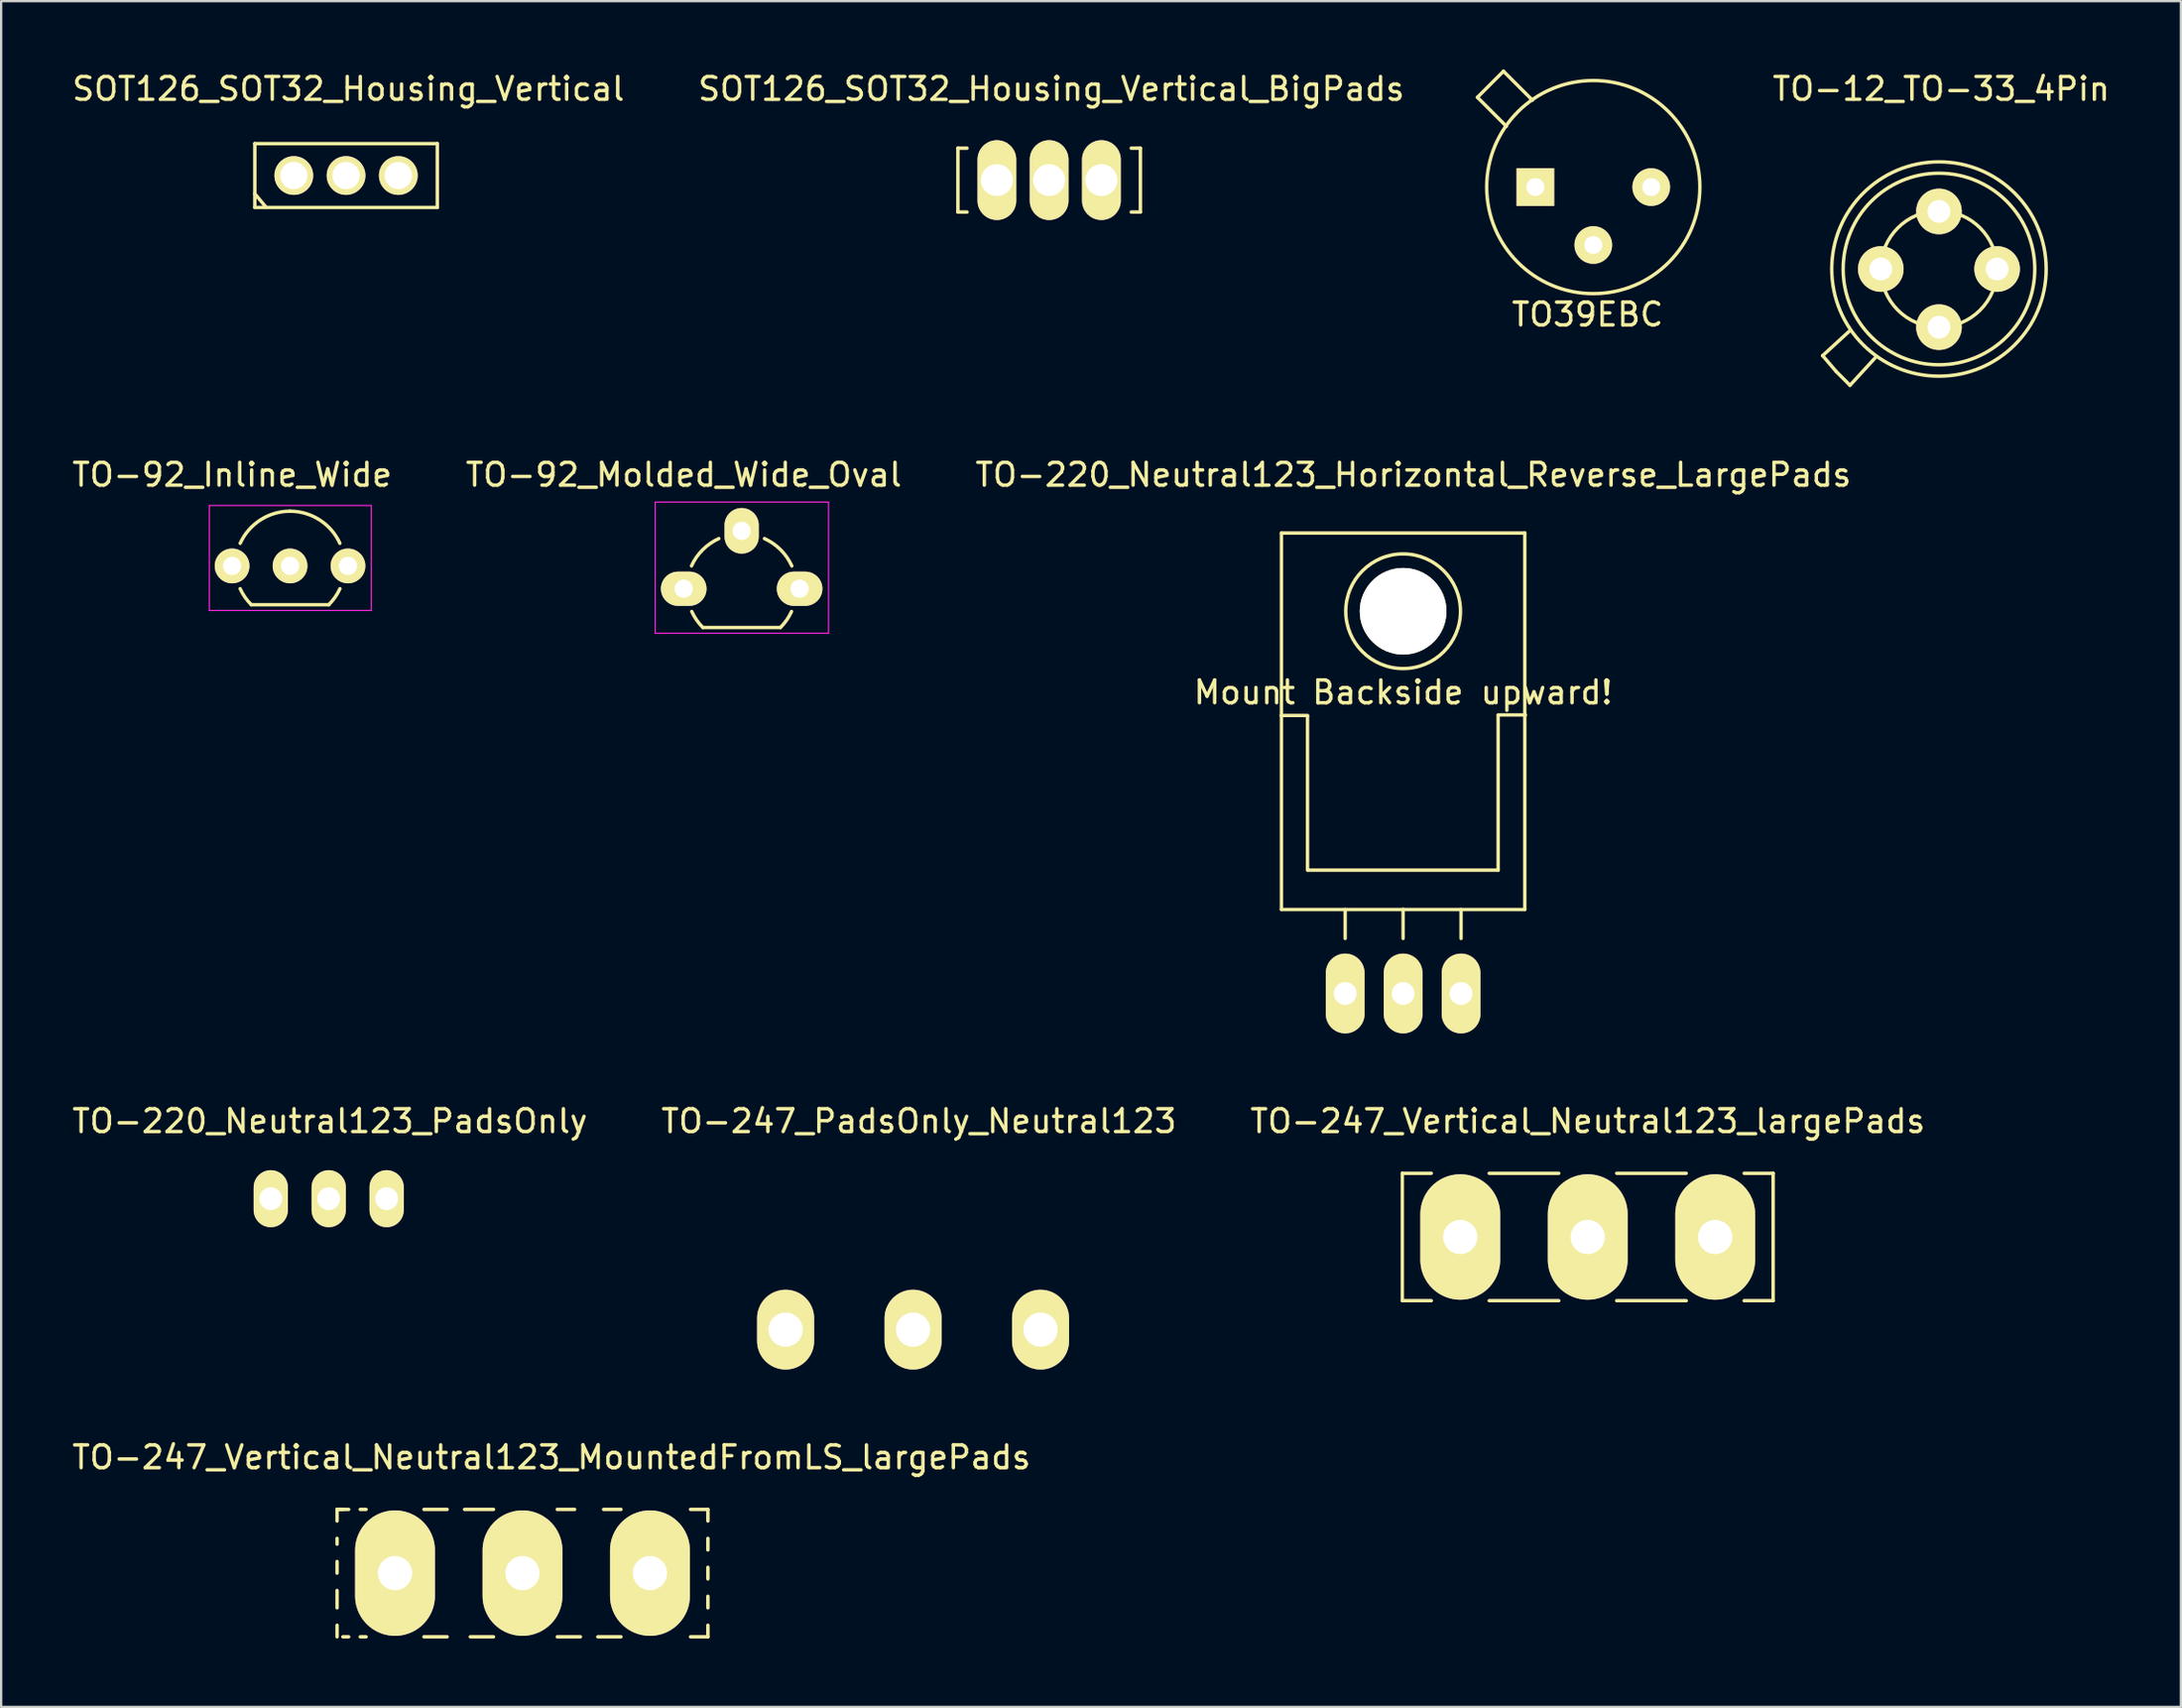
<source format=kicad_pcb>
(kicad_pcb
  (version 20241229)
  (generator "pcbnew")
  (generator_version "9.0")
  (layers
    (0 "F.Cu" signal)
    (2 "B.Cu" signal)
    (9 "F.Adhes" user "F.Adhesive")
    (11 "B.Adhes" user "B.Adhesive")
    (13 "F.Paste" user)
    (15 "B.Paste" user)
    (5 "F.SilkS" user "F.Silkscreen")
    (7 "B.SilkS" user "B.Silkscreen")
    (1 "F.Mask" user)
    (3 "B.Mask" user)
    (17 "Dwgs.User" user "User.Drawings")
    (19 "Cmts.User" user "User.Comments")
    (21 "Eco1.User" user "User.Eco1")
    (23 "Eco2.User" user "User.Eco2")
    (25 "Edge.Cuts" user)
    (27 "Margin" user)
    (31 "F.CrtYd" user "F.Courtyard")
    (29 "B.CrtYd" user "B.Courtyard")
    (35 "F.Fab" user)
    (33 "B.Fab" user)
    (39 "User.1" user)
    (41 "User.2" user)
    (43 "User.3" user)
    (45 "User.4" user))
  (footprint "SOT126_SOT32_Housing_Vertical_BigPads"
    (layer "F.Cu")
    (at 42.943 4.849)
    (property "Reference" "SOT126_SOT32_Housing_Vertical_BigPads" (at 0.099 -4 0) (layer "F.SilkS") (effects (font (size 1 1) (thickness 0.15))))
    (attr through_hole)
    (fp_line (start -4 -1.4) (end -4 1.4) (stroke (width 0.15) (type solid)) (layer "F.SilkS"))
    (fp_line (start -4 -1.4) (end -3.599 -1.4) (stroke (width 0.15) (type solid)) (layer "F.SilkS"))
    (fp_line (start -4 1.4) (end -3.599 1.4) (stroke (width 0.15) (type solid)) (layer "F.SilkS"))
    (fp_line (start 4 -1.4) (end 3.599 -1.4) (stroke (width 0.15) (type solid)) (layer "F.SilkS"))
    (fp_line (start 4 -1.4) (end 4 1.4) (stroke (width 0.15) (type solid)) (layer "F.SilkS"))
    (fp_line (start 4 1.4) (end 3.599 1.4) (stroke (width 0.15) (type solid)) (layer "F.SilkS"))
    (pad "1" thru_hole oval (at -2.291 0) (size 1.699 3.5) (drill 1.4) (layers "*.Cu" "*.Mask" "F.SilkS"))
    (pad "2" thru_hole oval (at 0 0) (size 1.699 3.5) (drill 1.4) (layers "*.Cu" "*.Mask" "F.SilkS"))
    (pad "3" thru_hole oval (at 2.291 0) (size 1.699 3.5) (drill 1.4) (layers "*.Cu" "*.Mask" "F.SilkS")))
  (footprint "TO-220_Neutral123_PadsOnly"
    (layer "F.Cu")
    (at 11.36 49.522)
    (property "Reference" "TO-220_Neutral123_PadsOnly" (at 0.051 -3.401 0) (layer "F.SilkS") (effects (font (size 1 1) (thickness 0.15))))
    (attr through_hole)
    (pad "1" thru_hole oval (at -2.54 0 90) (size 2.499 1.501) (drill 1.001) (layers "*.Cu" "*.Mask" "F.SilkS"))
    (pad "2" thru_hole oval (at 0 0 90) (size 2.499 1.501) (drill 1.001) (layers "*.Cu" "*.Mask" "F.SilkS"))
    (pad "3" thru_hole oval (at 2.54 0 90) (size 2.499 1.501) (drill 1.001) (layers "*.Cu" "*.Mask" "F.SilkS")))
  (footprint "TO-12_TO-33_4Pin"
    (layer "F.Cu")
    (at 81.952 8.748)
    (property "Reference" "TO-12_TO-33_4Pin" (at 0.1 -7.9 0) (layer "F.SilkS") (effects (font (size 1 1) (thickness 0.15))))
    (attr through_hole)
    (fp_line (start -5.1 3.8) (end -3.9 2.7) (stroke (width 0.15) (type solid)) (layer "F.SilkS"))
    (fp_line (start -4.5 4.5) (end -5.1 3.8) (stroke (width 0.15) (type solid)) (layer "F.SilkS"))
    (fp_line (start -4.5 4.5) (end -3.9 5.1) (stroke (width 0.15) (type solid)) (layer "F.SilkS"))
    (fp_line (start -3.9 5.1) (end -2.8 3.9) (stroke (width 0.15) (type solid)) (layer "F.SilkS"))
    (fp_circle (center 0 0) (end 2.55 0) (stroke (width 0.15) (type solid)) (fill no) (layer "F.SilkS"))
    (fp_circle (center 0 0) (end 4.2 0) (stroke (width 0.15) (type solid)) (fill no) (layer "F.SilkS"))
    (fp_circle (center 0 0) (end 4.7 0) (stroke (width 0.15) (type solid)) (fill no) (layer "F.SilkS"))
    (pad "1" thru_hole circle (at -2.55 0) (size 2 2) (drill 1) (layers "*.Cu" "*.Mask" "F.SilkS"))
    (pad "2" thru_hole circle (at 0 -2.525) (size 2 2) (drill 1) (layers "*.Cu" "*.Mask" "F.SilkS"))
    (pad "3" thru_hole circle (at 2.55 0) (size 2 2) (drill 1) (layers "*.Cu" "*.Mask" "F.SilkS"))
    (pad "4" thru_hole circle (at 0 2.55) (size 2 2) (drill 1) (layers "*.Cu" "*.Mask" "F.SilkS")))
  (footprint "TO-92_Molded_Wide_Oval"
    (layer "F.Cu")
    (at 26.923 22.771)
    (property "Reference" "TO-92_Molded_Wide_Oval" (at 0 -5 0) (layer "F.SilkS") (effects (font (size 1 1) (thickness 0.15))))
    (attr through_hole)
    (fp_line (start 0.84 1.7) (end 4.24 1.7) (stroke (width 0.15) (type solid)) (layer "F.SilkS"))
    (fp_arc (start 0.34 -1) (mid 0.831199 -1.708801) (end 1.54 -2.2) (stroke (width 0.15) (type solid)) (layer "F.SilkS"))
    (fp_arc (start 0.84 1.7) (mid 0.564627 1.370365) (end 0.352305 0.99699) (stroke (width 0.15) (type solid)) (layer "F.SilkS"))
    (fp_arc (start 3.54 -2.2) (mid 4.248801 -1.708801) (end 4.74 -1) (stroke (width 0.15) (type solid)) (layer "F.SilkS"))
    (fp_arc (start 4.727695 0.99699) (mid 4.515373 1.370365) (end 4.24 1.7) (stroke (width 0.15) (type solid)) (layer "F.SilkS"))
    (fp_line (start -1.25 -3.8) (end 6.35 -3.8) (stroke (width 0.05) (type solid)) (layer "F.CrtYd"))
    (fp_line (start -1.25 1.95) (end -1.25 -3.8) (stroke (width 0.05) (type solid)) (layer "F.CrtYd"))
    (fp_line (start -1.25 1.95) (end 6.35 1.95) (stroke (width 0.05) (type solid)) (layer "F.CrtYd"))
    (fp_line (start 6.35 1.95) (end 6.35 -3.8) (stroke (width 0.05) (type solid)) (layer "F.CrtYd"))
    (pad "1" thru_hole oval (at 0 0 90) (size 1.501 1.999) (drill 0.8) (layers "*.Cu" "*.Mask" "F.SilkS"))
    (pad "2" thru_hole oval (at 2.54 -2.54 90) (size 1.999 1.501) (drill 0.8) (layers "*.Cu" "*.Mask" "F.SilkS"))
    (pad "3" thru_hole oval (at 5.08 0 90) (size 1.501 1.999) (drill 0.8) (layers "*.Cu" "*.Mask" "F.SilkS")))
  (footprint "TO-92_Inline_Wide"
    (layer "F.Cu")
    (at 7.125 21.771)
    (property "Reference" "TO-92_Inline_Wide" (at 0 -4 180) (layer "F.SilkS") (effects (font (size 1 1) (thickness 0.15))))
    (attr through_hole)
    (fp_line (start 0.84 1.7) (end 4.24 1.7) (stroke (width 0.15) (type solid)) (layer "F.SilkS"))
    (fp_arc (start 0.355121 -0.993127) (mid 1.240675 -2.017858) (end 2.54 -2.4) (stroke (width 0.15) (type solid)) (layer "F.SilkS"))
    (fp_arc (start 0.84 1.7) (mid 0.564627 1.370365) (end 0.352305 0.99699) (stroke (width 0.15) (type solid)) (layer "F.SilkS"))
    (fp_arc (start 2.54 -2.4) (mid 3.839326 -2.017858) (end 4.724879 -0.993127) (stroke (width 0.15) (type solid)) (layer "F.SilkS"))
    (fp_arc (start 4.727695 0.99699) (mid 4.515373 1.370365) (end 4.24 1.7) (stroke (width 0.15) (type solid)) (layer "F.SilkS"))
    (fp_line (start -1 -2.65) (end 6.1 -2.65) (stroke (width 0.05) (type solid)) (layer "F.CrtYd"))
    (fp_line (start -1 1.95) (end -1 -2.65) (stroke (width 0.05) (type solid)) (layer "F.CrtYd"))
    (fp_line (start -1 1.95) (end 6.1 1.95) (stroke (width 0.05) (type solid)) (layer "F.CrtYd"))
    (fp_line (start 6.1 1.95) (end 6.1 -2.65) (stroke (width 0.05) (type solid)) (layer "F.CrtYd"))
    (pad "1" thru_hole circle (at 0 0 90) (size 1.524 1.524) (drill 0.8) (layers "*.Cu" "*.Mask" "F.SilkS"))
    (pad "2" thru_hole circle (at 2.54 0 90) (size 1.524 1.524) (drill 0.8) (layers "*.Cu" "*.Mask" "F.SilkS"))
    (pad "3" thru_hole circle (at 5.08 0 90) (size 1.524 1.524) (drill 0.8) (layers "*.Cu" "*.Mask" "F.SilkS")))
  (footprint "TO-247_Vertical_Neutral123_largePads"
    (layer "F.Cu")
    (at 66.554 51.201)
    (property "Reference" "TO-247_Vertical_Neutral123_largePads" (at 0 -5.08 0) (layer "F.SilkS") (effects (font (size 1 1) (thickness 0.15))))
    (attr through_hole)
    (fp_line (start -8.128 -2.794) (end -8.128 2.794) (stroke (width 0.15) (type solid)) (layer "F.SilkS"))
    (fp_line (start -6.858 -2.794) (end -8.128 -2.794) (stroke (width 0.15) (type solid)) (layer "F.SilkS"))
    (fp_line (start -6.858 2.794) (end -8.128 2.794) (stroke (width 0.15) (type solid)) (layer "F.SilkS"))
    (fp_line (start -4.318 -2.794) (end -1.27 -2.794) (stroke (width 0.15) (type solid)) (layer "F.SilkS"))
    (fp_line (start -4.318 2.794) (end -1.27 2.794) (stroke (width 0.15) (type solid)) (layer "F.SilkS"))
    (fp_line (start 1.27 -2.794) (end 4.318 -2.794) (stroke (width 0.15) (type solid)) (layer "F.SilkS"))
    (fp_line (start 1.27 2.794) (end 4.318 2.794) (stroke (width 0.15) (type solid)) (layer "F.SilkS"))
    (fp_line (start 6.858 -2.794) (end 8.128 -2.794) (stroke (width 0.15) (type solid)) (layer "F.SilkS"))
    (fp_line (start 6.858 2.794) (end 8.128 2.794) (stroke (width 0.15) (type solid)) (layer "F.SilkS"))
    (fp_line (start 8.128 2.794) (end 8.128 -2.794) (stroke (width 0.15) (type solid)) (layer "F.SilkS"))
    (pad "1" thru_hole oval (at -5.588 0 90) (size 5.502 3.5) (drill 1.501) (layers "*.Cu" "*.Mask" "F.SilkS"))
    (pad "2" thru_hole oval (at 0 0 90) (size 5.502 3.5) (drill 1.501) (layers "*.Cu" "*.Mask" "F.SilkS"))
    (pad "3" thru_hole oval (at 5.588 0 90) (size 5.502 3.5) (drill 1.501) (layers "*.Cu" "*.Mask" "F.SilkS")))
  (footprint "TO-247_Vertical_Neutral123_MountedFromLS_largePads"
    (layer "F.Cu")
    (at 19.855 65.943)
    (property "Reference" "TO-247_Vertical_Neutral123_MountedFromLS_largePads" (at 1.27 -5.08 0) (layer "F.SilkS") (effects (font (size 1 1) (thickness 0.15))))
    (attr through_hole)
    (fp_line (start -8.128 -2.794) (end -8.128 -2.286) (stroke (width 0.15) (type solid)) (layer "F.SilkS"))
    (fp_line (start -8.128 -2.794) (end -7.874 -2.794) (stroke (width 0.15) (type solid)) (layer "F.SilkS"))
    (fp_line (start -8.128 -1.27) (end -8.128 -1.524) (stroke (width 0.15) (type solid)) (layer "F.SilkS"))
    (fp_line (start -8.128 0) (end -8.128 -0.508) (stroke (width 0.15) (type solid)) (layer "F.SilkS"))
    (fp_line (start -8.128 1.524) (end -8.128 0.762) (stroke (width 0.15) (type solid)) (layer "F.SilkS"))
    (fp_line (start -8.128 2.794) (end -8.128 2.286) (stroke (width 0.15) (type solid)) (layer "F.SilkS"))
    (fp_line (start -7.874 2.794) (end -7.62 2.794) (stroke (width 0.15) (type solid)) (layer "F.SilkS"))
    (fp_line (start -7.62 -2.794) (end -8.128 -2.794) (stroke (width 0.15) (type solid)) (layer "F.SilkS"))
    (fp_line (start -7.112 2.794) (end -6.858 2.794) (stroke (width 0.15) (type solid)) (layer "F.SilkS"))
    (fp_line (start -6.858 -2.794) (end -7.112 -2.794) (stroke (width 0.15) (type solid)) (layer "F.SilkS"))
    (fp_line (start -4.318 -2.794) (end -3.302 -2.794) (stroke (width 0.15) (type solid)) (layer "F.SilkS"))
    (fp_line (start -4.318 2.794) (end -3.302 2.794) (stroke (width 0.15) (type solid)) (layer "F.SilkS"))
    (fp_line (start -2.54 -2.794) (end -1.27 -2.794) (stroke (width 0.15) (type solid)) (layer "F.SilkS"))
    (fp_line (start -2.286 2.794) (end -1.27 2.794) (stroke (width 0.15) (type solid)) (layer "F.SilkS"))
    (fp_line (start 1.524 -2.794) (end 2.286 -2.794) (stroke (width 0.15) (type solid)) (layer "F.SilkS"))
    (fp_line (start 2.54 2.794) (end 1.524 2.794) (stroke (width 0.15) (type solid)) (layer "F.SilkS"))
    (fp_line (start 3.302 2.794) (end 4.318 2.794) (stroke (width 0.15) (type solid)) (layer "F.SilkS"))
    (fp_line (start 3.556 -2.794) (end 4.318 -2.794) (stroke (width 0.15) (type solid)) (layer "F.SilkS"))
    (fp_line (start 7.366 2.794) (end 8.128 2.794) (stroke (width 0.15) (type solid)) (layer "F.SilkS"))
    (fp_line (start 8.128 -2.794) (end 7.366 -2.794) (stroke (width 0.15) (type solid)) (layer "F.SilkS"))
    (fp_line (start 8.128 -2.794) (end 8.128 -2.286) (stroke (width 0.15) (type solid)) (layer "F.SilkS"))
    (fp_line (start 8.128 -1.524) (end 8.128 -1.016) (stroke (width 0.15) (type solid)) (layer "F.SilkS"))
    (fp_line (start 8.128 -0.254) (end 8.128 0.254) (stroke (width 0.15) (type solid)) (layer "F.SilkS"))
    (fp_line (start 8.128 1.016) (end 8.128 1.524) (stroke (width 0.15) (type solid)) (layer "F.SilkS"))
    (fp_line (start 8.128 2.794) (end 8.128 2.286) (stroke (width 0.15) (type solid)) (layer "F.SilkS"))
    (pad "1" thru_hole oval (at 5.588 0 90) (size 5.502 3.5) (drill 1.501) (layers "*.Cu" "*.Mask" "F.SilkS"))
    (pad "2" thru_hole oval (at 0 0 90) (size 5.502 3.5) (drill 1.501) (layers "*.Cu" "*.Mask" "F.SilkS"))
    (pad "3" thru_hole oval (at -5.588 0 90) (size 5.502 3.5) (drill 1.501) (layers "*.Cu" "*.Mask" "F.SilkS")))
  (footprint "TO39EBC"
    (layer "F.Cu")
    (at 64.258 5.155)
    (property "Reference" "TO39EBC" (at 2.286 5.588 0) (layer "F.SilkS") (effects (font (size 1 1) (thickness 0.15))))
    (attr through_hole)
    (fp_line (start -1.397 -5.08) (end -2.54 -3.937) (stroke (width 0.15) (type solid)) (layer "F.SilkS"))
    (fp_line (start -1.27 -2.667) (end -2.54 -3.937) (stroke (width 0.15) (type solid)) (layer "F.SilkS"))
    (fp_line (start -0.127 -3.81) (end -1.397 -5.08) (stroke (width 0.15) (type solid)) (layer "F.SilkS"))
    (fp_circle (center 2.54 0) (end 5.715 3.429) (stroke (width 0.15) (type solid)) (fill no) (layer "F.SilkS"))
    (pad "1" thru_hole rect (at 0 0) (size 1.651 1.651) (drill 0.787) (layers "*.Cu" "*.Mask" "F.SilkS"))
    (pad "2" thru_hole circle (at 2.54 2.54) (size 1.651 1.651) (drill 0.787) (layers "*.Cu" "*.Mask" "F.SilkS"))
    (pad "3" thru_hole circle (at 5.08 0) (size 1.651 1.651) (drill 0.787) (layers "*.Cu" "*.Mask" "F.SilkS")))
  (footprint "TO-247_PadsOnly_Neutral123"
    (layer "F.Cu")
    (at 36.978 55.265)
    (property "Reference" "TO-247_PadsOnly_Neutral123" (at 0.254 -9.144 0) (layer "F.SilkS") (effects (font (size 1 1) (thickness 0.15))))
    (attr through_hole)
    (pad "1" thru_hole oval (at -5.588 0 90) (size 3.5 2.499) (drill 1.501) (layers "*.Cu" "*.Mask" "F.SilkS"))
    (pad "2" thru_hole oval (at 0 0 90) (size 3.5 2.499) (drill 1.501) (layers "*.Cu" "*.Mask" "F.SilkS"))
    (pad "3" thru_hole oval (at 5.588 0 90) (size 3.5 2.499) (drill 1.501) (layers "*.Cu" "*.Mask" "F.SilkS")))
  (footprint "TO-220_Neutral123_Horizontal_Reverse_LargePads"
    (layer "F.Cu")
    (at 58.461 40.522)
    (property "Reference" "TO-220_Neutral123_Horizontal_Reverse_LargePads" (at 0.45 -22.751 0) (layer "F.SilkS") (effects (font (size 1 1) (thickness 0.15))))
    (attr through_hole)
    (fp_line (start -5.334 -20.193) (end -5.334 -12.192) (stroke (width 0.15) (type solid)) (layer "F.SilkS"))
    (fp_line (start -5.334 -12.192) (end -5.334 -3.683) (stroke (width 0.15) (type solid)) (layer "F.SilkS"))
    (fp_line (start -4.191 -12.192) (end -5.334 -12.192) (stroke (width 0.15) (type solid)) (layer "F.SilkS"))
    (fp_line (start -4.191 -5.41) (end -4.191 -12.167) (stroke (width 0.15) (type solid)) (layer "F.SilkS"))
    (fp_line (start -2.54 -3.683) (end -2.54 -2.413) (stroke (width 0.15) (type solid)) (layer "F.SilkS"))
    (fp_line (start 0 -3.683) (end -5.334 -3.683) (stroke (width 0.15) (type solid)) (layer "F.SilkS"))
    (fp_line (start 0 -3.683) (end 0 -2.413) (stroke (width 0.15) (type solid)) (layer "F.SilkS"))
    (fp_line (start 0 -3.683) (end 5.334 -3.683) (stroke (width 0.15) (type solid)) (layer "F.SilkS"))
    (fp_line (start 2.54 -3.683) (end 2.54 -2.413) (stroke (width 0.15) (type solid)) (layer "F.SilkS"))
    (fp_line (start 4.166 -12.217) (end 5.359 -12.217) (stroke (width 0.15) (type solid)) (layer "F.SilkS"))
    (fp_line (start 4.166 -12.192) (end 4.166 -5.41) (stroke (width 0.15) (type solid)) (layer "F.SilkS"))
    (fp_line (start 4.166 -5.41) (end -4.166 -5.41) (stroke (width 0.15) (type solid)) (layer "F.SilkS"))
    (fp_line (start 5.334 -20.193) (end -5.334 -20.193) (stroke (width 0.15) (type solid)) (layer "F.SilkS"))
    (fp_line (start 5.334 -12.192) (end 5.334 -20.193) (stroke (width 0.15) (type solid)) (layer "F.SilkS"))
    (fp_line (start 5.334 -3.683) (end 5.334 -12.192) (stroke (width 0.15) (type solid)) (layer "F.SilkS"))
    (fp_circle (center 0 -16.764) (end 1.778 -14.986) (stroke (width 0.15) (type solid)) (fill no) (layer "F.SilkS"))
    (fp_text user "Mount Backside upward!" (at 0 -13.208 0) (layer "F.SilkS") (effects (font (size 1 1) (thickness 0.15))))
    (pad "" np_thru_hole circle (at 0 -16.764 90) (size 3.8 3.8) (drill 3.8) (layers "*.Cu" "*.Mask" "F.SilkS"))
    (pad "1" thru_hole oval (at 2.54 0 90) (size 3.5 1.699) (drill 1.001) (layers "*.Cu" "*.Mask" "F.SilkS"))
    (pad "2" thru_hole oval (at 0 0 90) (size 3.5 1.699) (drill 1.001) (layers "*.Cu" "*.Mask" "F.SilkS"))
    (pad "3" thru_hole oval (at -2.54 0 90) (size 3.5 1.699) (drill 1.001) (layers "*.Cu" "*.Mask" "F.SilkS")))
  (footprint "SOT126_SOT32_Housing_Vertical"
    (layer "F.Cu")
    (at 12.121 4.648)
    (property "Reference" "SOT126_SOT32_Housing_Vertical" (at 0.099 -3.8 0) (layer "F.SilkS") (effects (font (size 1 1) (thickness 0.15))))
    (attr through_hole)
    (fp_line (start -4 -1.4) (end -4 1.4) (stroke (width 0.15) (type solid)) (layer "F.SilkS"))
    (fp_line (start -4 -1.4) (end 4 -1.4) (stroke (width 0.15) (type solid)) (layer "F.SilkS"))
    (fp_line (start -4 0.8) (end -3.5 1.4) (stroke (width 0.15) (type solid)) (layer "F.SilkS"))
    (fp_line (start -4 1.4) (end 4 1.4) (stroke (width 0.15) (type solid)) (layer "F.SilkS"))
    (fp_line (start 4 -1.4) (end 4 1.4) (stroke (width 0.15) (type solid)) (layer "F.SilkS"))
    (pad "1" thru_hole circle (at -2.291 0) (size 1.699 1.699) (drill 1.199) (layers "*.Cu" "*.Mask" "F.SilkS"))
    (pad "2" thru_hole circle (at 0 0) (size 1.699 1.699) (drill 1.199) (layers "*.Cu" "*.Mask" "F.SilkS"))
    (pad "3" thru_hole circle (at 2.291 0) (size 1.699 1.699) (drill 1.199) (layers "*.Cu" "*.Mask" "F.SilkS")))
  (gr_rect
    (start -3 -3)
    (end 92.558 71.812)
    (stroke (width 0.1) (type default))
    (fill no)
    (layer "Edge.Cuts")))
</source>
